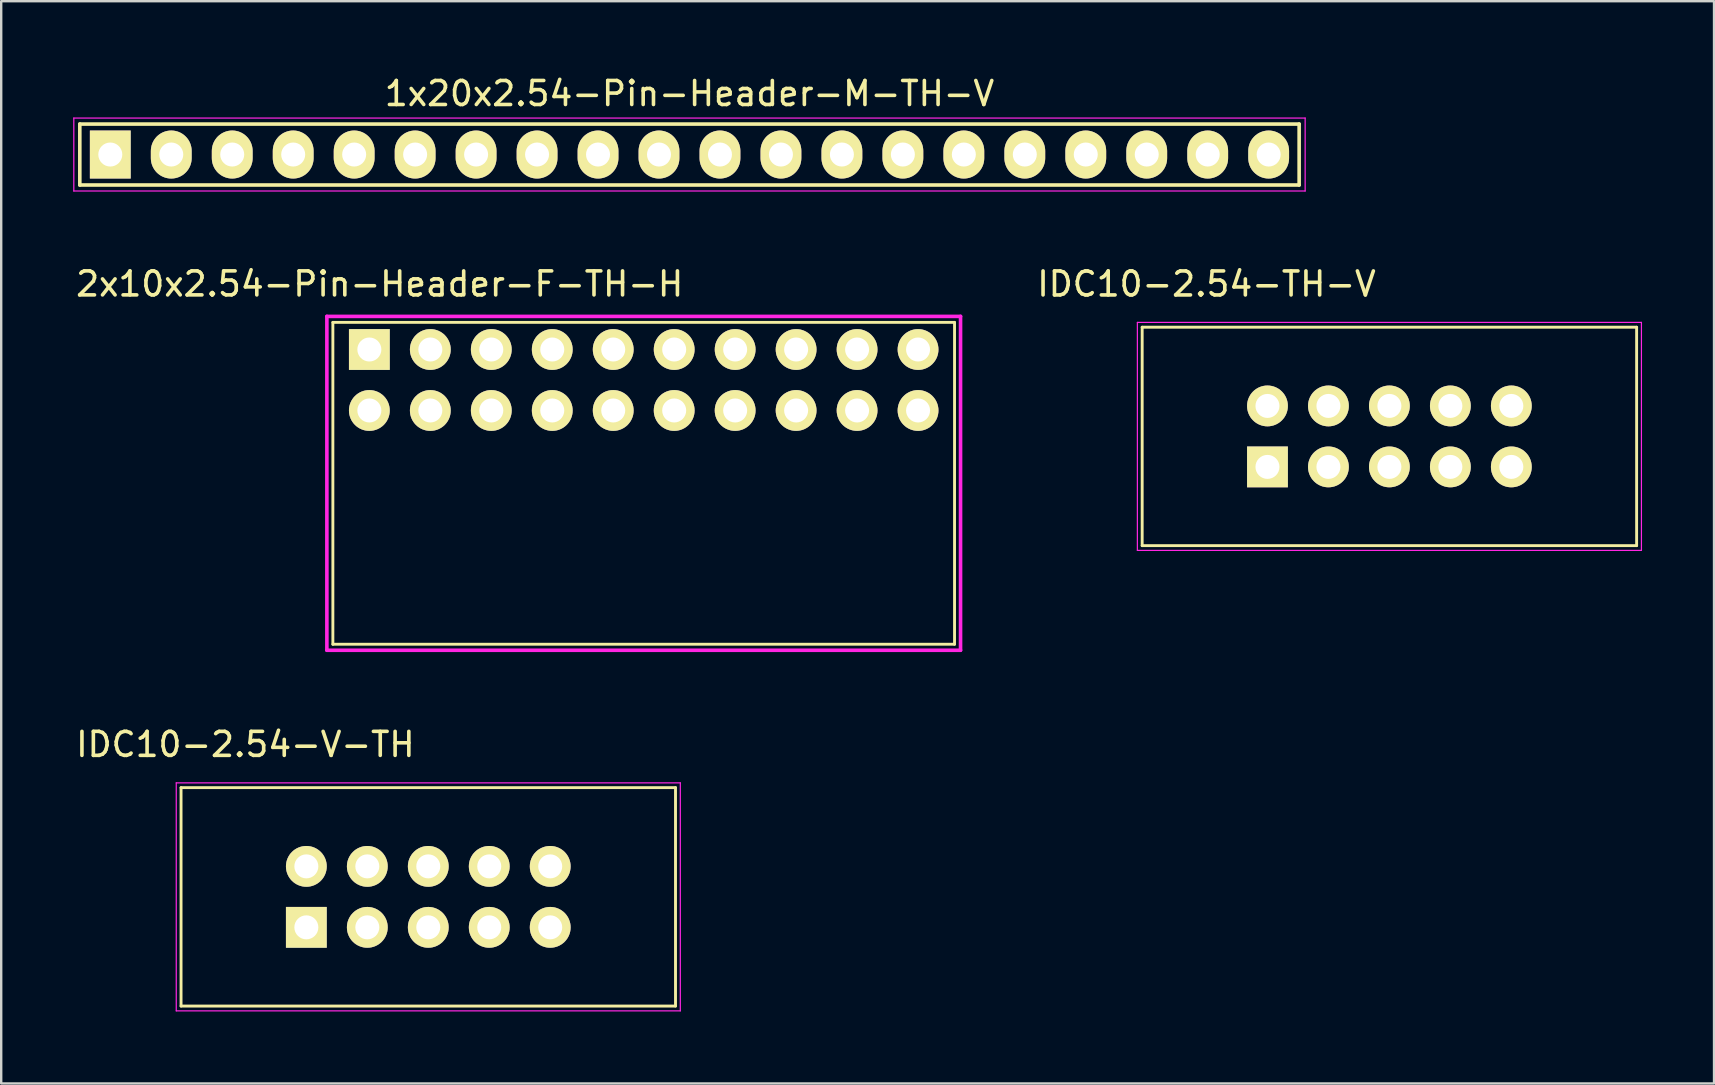
<source format=kicad_pcb>
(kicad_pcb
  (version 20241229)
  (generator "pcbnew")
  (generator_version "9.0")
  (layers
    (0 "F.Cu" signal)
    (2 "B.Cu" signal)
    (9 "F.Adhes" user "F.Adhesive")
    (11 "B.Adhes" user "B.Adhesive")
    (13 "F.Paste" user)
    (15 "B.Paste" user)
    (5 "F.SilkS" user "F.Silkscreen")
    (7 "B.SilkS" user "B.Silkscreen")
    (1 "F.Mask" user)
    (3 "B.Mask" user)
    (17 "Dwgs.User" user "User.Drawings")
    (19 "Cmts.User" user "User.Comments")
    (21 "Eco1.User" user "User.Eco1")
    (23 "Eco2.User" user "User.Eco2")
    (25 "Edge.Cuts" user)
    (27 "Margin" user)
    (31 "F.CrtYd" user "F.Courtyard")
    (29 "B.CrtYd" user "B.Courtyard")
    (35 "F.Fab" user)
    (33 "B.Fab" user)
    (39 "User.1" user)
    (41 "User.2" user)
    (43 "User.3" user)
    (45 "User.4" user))
  (footprint "1x20x2.54-Pin-Header-M-TH-V"
    (layer "F.Cu")
    (at 25.675 3.388)
    (property "Reference" "1x20x2.54-Pin-Header-M-TH-V" (at 0 -2.54 0) (layer "F.SilkS") (effects (font (size 1 1) (thickness 0.15))))
    (attr through_hole)
    (fp_line (start -25.4 -1.27) (end 25.4 -1.27) (stroke (width 0.15) (type solid)) (layer "F.SilkS"))
    (fp_line (start -25.4 1.27) (end -25.4 -1.27) (stroke (width 0.15) (type solid)) (layer "F.SilkS"))
    (fp_line (start 25.4 -1.27) (end 25.4 1.27) (stroke (width 0.15) (type solid)) (layer "F.SilkS"))
    (fp_line (start 25.4 1.27) (end -25.4 1.27) (stroke (width 0.15) (type solid)) (layer "F.SilkS"))
    (fp_line (start -25.65 -1.52) (end 25.65 -1.52) (stroke (width 0.05) (type solid)) (layer "F.CrtYd"))
    (fp_line (start -25.65 1.52) (end -25.65 -1.52) (stroke (width 0.05) (type solid)) (layer "F.CrtYd"))
    (fp_line (start 25.65 -1.52) (end 25.65 1.52) (stroke (width 0.05) (type solid)) (layer "F.CrtYd"))
    (fp_line (start 25.65 1.52) (end -25.65 1.52) (stroke (width 0.05) (type solid)) (layer "F.CrtYd"))
    (pad "1" thru_hole rect (at -24.13 0) (size 1.7 2) (drill 1) (layers "*.Cu" "*.Mask" "F.SilkS"))
    (pad "2" thru_hole oval (at -21.59 0) (size 1.7 2) (drill 1) (layers "*.Cu" "*.Mask" "F.SilkS"))
    (pad "3" thru_hole oval (at -19.05 0) (size 1.7 2) (drill 1) (layers "*.Cu" "*.Mask" "F.SilkS"))
    (pad "4" thru_hole oval (at -16.51 0) (size 1.7 2) (drill 1) (layers "*.Cu" "*.Mask" "F.SilkS"))
    (pad "5" thru_hole oval (at -13.97 0) (size 1.7 2) (drill 1) (layers "*.Cu" "*.Mask" "F.SilkS"))
    (pad "6" thru_hole oval (at -11.43 0) (size 1.7 2) (drill 1) (layers "*.Cu" "*.Mask" "F.SilkS"))
    (pad "7" thru_hole oval (at -8.89 0) (size 1.7 2) (drill 1) (layers "*.Cu" "*.Mask" "F.SilkS"))
    (pad "8" thru_hole oval (at -6.35 0) (size 1.7 2) (drill 1) (layers "*.Cu" "*.Mask" "F.SilkS"))
    (pad "9" thru_hole oval (at -3.81 0) (size 1.7 2) (drill 1) (layers "*.Cu" "*.Mask" "F.SilkS"))
    (pad "10" thru_hole oval (at -1.27 0) (size 1.7 2) (drill 1) (layers "*.Cu" "*.Mask" "F.SilkS"))
    (pad "11" thru_hole oval (at 1.27 0) (size 1.7 2) (drill 1) (layers "*.Cu" "*.Mask" "F.SilkS"))
    (pad "12" thru_hole oval (at 3.81 0) (size 1.7 2) (drill 1) (layers "*.Cu" "*.Mask" "F.SilkS"))
    (pad "13" thru_hole oval (at 6.35 0) (size 1.7 2) (drill 1) (layers "*.Cu" "*.Mask" "F.SilkS"))
    (pad "14" thru_hole oval (at 8.89 0) (size 1.7 2) (drill 1) (layers "*.Cu" "*.Mask" "F.SilkS"))
    (pad "15" thru_hole oval (at 11.43 0) (size 1.7 2) (drill 1) (layers "*.Cu" "*.Mask" "F.SilkS"))
    (pad "16" thru_hole oval (at 13.97 0) (size 1.7 2) (drill 1) (layers "*.Cu" "*.Mask" "F.SilkS"))
    (pad "17" thru_hole oval (at 16.51 0) (size 1.7 2) (drill 1) (layers "*.Cu" "*.Mask" "F.SilkS"))
    (pad "18" thru_hole oval (at 19.05 0) (size 1.7 2) (drill 1) (layers "*.Cu" "*.Mask" "F.SilkS"))
    (pad "19" thru_hole oval (at 21.59 0) (size 1.7 2) (drill 1) (layers "*.Cu" "*.Mask" "F.SilkS"))
    (pad "20" thru_hole oval (at 24.13 0) (size 1.7 2) (drill 1) (layers "*.Cu" "*.Mask" "F.SilkS")))
  (footprint "IDC10-2.54-V-TH"
    (layer "F.Cu")
    (at 14.793 34.315)
    (property "Reference" "IDC10-2.54-V-TH" (at -7.62 -6.35 0) (layer "F.SilkS") (effects (font (size 1 1) (thickness 0.15))))
    (attr through_hole)
    (fp_line (start -10.3 -4.55) (end -10.3 4.55) (stroke (width 0.12) (type solid)) (layer "F.SilkS"))
    (fp_line (start -10.3 4.55) (end 10.3 4.55) (stroke (width 0.12) (type solid)) (layer "F.SilkS"))
    (fp_line (start 10.3 -4.55) (end -10.3 -4.55) (stroke (width 0.12) (type solid)) (layer "F.SilkS"))
    (fp_line (start 10.3 4.55) (end 10.3 -4.55) (stroke (width 0.12) (type solid)) (layer "F.SilkS"))
    (fp_line (start -10.5 -4.75) (end 10.5 -4.75) (stroke (width 0.05) (type solid)) (layer "F.CrtYd"))
    (fp_line (start -10.5 4.75) (end -10.5 -4.75) (stroke (width 0.05) (type solid)) (layer "F.CrtYd"))
    (fp_line (start 10.5 -4.75) (end 10.5 4.75) (stroke (width 0.05) (type solid)) (layer "F.CrtYd"))
    (fp_line (start 10.5 4.75) (end -10.5 4.75) (stroke (width 0.05) (type solid)) (layer "F.CrtYd"))
    (pad "1" thru_hole rect (at -5.08 1.27) (size 1.7 1.7) (drill 1) (layers "*.Cu" "*.Mask" "F.SilkS"))
    (pad "2" thru_hole circle (at -5.08 -1.27) (size 1.7 1.7) (drill 1) (layers "*.Cu" "*.Mask" "F.SilkS"))
    (pad "3" thru_hole circle (at -2.54 1.27) (size 1.7 1.7) (drill 1) (layers "*.Cu" "*.Mask" "F.SilkS"))
    (pad "4" thru_hole circle (at -2.54 -1.27) (size 1.7 1.7) (drill 1) (layers "*.Cu" "*.Mask" "F.SilkS"))
    (pad "5" thru_hole circle (at 0 1.27) (size 1.7 1.7) (drill 1) (layers "*.Cu" "*.Mask" "F.SilkS"))
    (pad "6" thru_hole circle (at 0 -1.27) (size 1.7 1.7) (drill 1) (layers "*.Cu" "*.Mask" "F.SilkS"))
    (pad "7" thru_hole circle (at 2.54 1.27) (size 1.7 1.7) (drill 1) (layers "*.Cu" "*.Mask" "F.SilkS"))
    (pad "8" thru_hole circle (at 2.54 -1.27) (size 1.7 1.7) (drill 1) (layers "*.Cu" "*.Mask" "F.SilkS"))
    (pad "9" thru_hole circle (at 5.08 1.27) (size 1.7 1.7) (drill 1) (layers "*.Cu" "*.Mask" "F.SilkS"))
    (pad "10" thru_hole circle (at 5.08 -1.27) (size 1.7 1.7) (drill 1) (layers "*.Cu" "*.Mask" "F.SilkS")))
  (footprint "2x10x2.54-Pin-Header-F-TH-H"
    (layer "F.Cu")
    (at 23.768 12.781)
    (property "Reference" "2x10x2.54-Pin-Header-F-TH-H" (at -11 -4 0) (layer "F.SilkS") (effects (font (size 1 1) (thickness 0.15))))
    (attr through_hole)
    (fp_line (start -12.95 -2.4) (end -12.95 11.01) (stroke (width 0.12) (type solid)) (layer "F.SilkS"))
    (fp_line (start -12.95 11.01) (end 12.95 11.01) (stroke (width 0.12) (type solid)) (layer "F.SilkS"))
    (fp_line (start 12.95 -2.4) (end -12.95 -2.4) (stroke (width 0.12) (type solid)) (layer "F.SilkS"))
    (fp_line (start 12.95 11.01) (end 12.95 -2.4) (stroke (width 0.12) (type solid)) (layer "F.SilkS"))
    (fp_line (start -13.2 -2.65) (end 13.2 -2.65) (stroke (width 0.15) (type solid)) (layer "F.CrtYd"))
    (fp_line (start -13.2 11.26) (end -13.2 -2.65) (stroke (width 0.15) (type solid)) (layer "F.CrtYd"))
    (fp_line (start 13.2 -2.65) (end 13.2 11.26) (stroke (width 0.15) (type solid)) (layer "F.CrtYd"))
    (fp_line (start 13.2 11.26) (end -13.2 11.26) (stroke (width 0.15) (type solid)) (layer "F.CrtYd"))
    (pad "1" thru_hole rect (at -11.43 -1.27) (size 1.7 1.7) (drill 1) (layers "*.Cu" "*.Mask" "F.SilkS"))
    (pad "2" thru_hole circle (at -11.43 1.27) (size 1.7 1.7) (drill 1) (layers "*.Cu" "*.Mask" "F.SilkS"))
    (pad "3" thru_hole circle (at -8.89 -1.27) (size 1.7 1.7) (drill 1) (layers "*.Cu" "*.Mask" "F.SilkS"))
    (pad "4" thru_hole circle (at -8.89 1.27) (size 1.7 1.7) (drill 1) (layers "*.Cu" "*.Mask" "F.SilkS"))
    (pad "5" thru_hole circle (at -6.35 -1.27) (size 1.7 1.7) (drill 1) (layers "*.Cu" "*.Mask" "F.SilkS"))
    (pad "6" thru_hole circle (at -6.35 1.27) (size 1.7 1.7) (drill 1) (layers "*.Cu" "*.Mask" "F.SilkS"))
    (pad "7" thru_hole circle (at -3.81 -1.27) (size 1.7 1.7) (drill 1) (layers "*.Cu" "*.Mask" "F.SilkS"))
    (pad "8" thru_hole circle (at -3.81 1.27) (size 1.7 1.7) (drill 1) (layers "*.Cu" "*.Mask" "F.SilkS"))
    (pad "9" thru_hole circle (at -1.27 -1.27) (size 1.7 1.7) (drill 1) (layers "*.Cu" "*.Mask" "F.SilkS"))
    (pad "10" thru_hole circle (at -1.27 1.27) (size 1.7 1.7) (drill 1) (layers "*.Cu" "*.Mask" "F.SilkS"))
    (pad "11" thru_hole circle (at 1.27 -1.27) (size 1.7 1.7) (drill 1) (layers "*.Cu" "*.Mask" "F.SilkS"))
    (pad "12" thru_hole circle (at 1.27 1.27) (size 1.7 1.7) (drill 1) (layers "*.Cu" "*.Mask" "F.SilkS"))
    (pad "13" thru_hole circle (at 3.81 -1.27) (size 1.7 1.7) (drill 1) (layers "*.Cu" "*.Mask" "F.SilkS"))
    (pad "14" thru_hole circle (at 3.81 1.27) (size 1.7 1.7) (drill 1) (layers "*.Cu" "*.Mask" "F.SilkS"))
    (pad "15" thru_hole circle (at 6.35 -1.27) (size 1.7 1.7) (drill 1) (layers "*.Cu" "*.Mask" "F.SilkS"))
    (pad "16" thru_hole circle (at 6.35 1.27) (size 1.7 1.7) (drill 1) (layers "*.Cu" "*.Mask" "F.SilkS"))
    (pad "17" thru_hole circle (at 8.89 -1.27) (size 1.7 1.7) (drill 1) (layers "*.Cu" "*.Mask" "F.SilkS"))
    (pad "18" thru_hole circle (at 8.89 1.27) (size 1.7 1.7) (drill 1) (layers "*.Cu" "*.Mask" "F.SilkS"))
    (pad "19" thru_hole circle (at 11.43 -1.27) (size 1.7 1.7) (drill 1) (layers "*.Cu" "*.Mask" "F.SilkS"))
    (pad "20" thru_hole circle (at 11.43 1.27) (size 1.7 1.7) (drill 1) (layers "*.Cu" "*.Mask" "F.SilkS")))
  (footprint "IDC10-2.54-TH-V"
    (layer "F.Cu")
    (at 54.835 15.132)
    (property "Reference" "IDC10-2.54-TH-V" (at -7.62 -6.35 0) (layer "F.SilkS") (effects (font (size 1 1) (thickness 0.15))))
    (attr through_hole)
    (fp_line (start -10.3 -4.55) (end -10.3 4.55) (stroke (width 0.12) (type solid)) (layer "F.SilkS"))
    (fp_line (start -10.3 4.55) (end 10.3 4.55) (stroke (width 0.12) (type solid)) (layer "F.SilkS"))
    (fp_line (start 10.3 -4.55) (end -10.3 -4.55) (stroke (width 0.12) (type solid)) (layer "F.SilkS"))
    (fp_line (start 10.3 4.55) (end 10.3 -4.55) (stroke (width 0.12) (type solid)) (layer "F.SilkS"))
    (fp_line (start -10.5 -4.75) (end 10.5 -4.75) (stroke (width 0.05) (type solid)) (layer "F.CrtYd"))
    (fp_line (start -10.5 4.75) (end -10.5 -4.75) (stroke (width 0.05) (type solid)) (layer "F.CrtYd"))
    (fp_line (start 10.5 -4.75) (end 10.5 4.75) (stroke (width 0.05) (type solid)) (layer "F.CrtYd"))
    (fp_line (start 10.5 4.75) (end -10.5 4.75) (stroke (width 0.05) (type solid)) (layer "F.CrtYd"))
    (pad "1" thru_hole rect (at -5.08 1.27) (size 1.7 1.7) (drill 1) (layers "*.Cu" "*.Mask" "F.SilkS"))
    (pad "2" thru_hole circle (at -5.08 -1.27) (size 1.7 1.7) (drill 1) (layers "*.Cu" "*.Mask" "F.SilkS"))
    (pad "3" thru_hole circle (at -2.54 1.27) (size 1.7 1.7) (drill 1) (layers "*.Cu" "*.Mask" "F.SilkS"))
    (pad "4" thru_hole circle (at -2.54 -1.27) (size 1.7 1.7) (drill 1) (layers "*.Cu" "*.Mask" "F.SilkS"))
    (pad "5" thru_hole circle (at 0 1.27) (size 1.7 1.7) (drill 1) (layers "*.Cu" "*.Mask" "F.SilkS"))
    (pad "6" thru_hole circle (at 0 -1.27) (size 1.7 1.7) (drill 1) (layers "*.Cu" "*.Mask" "F.SilkS"))
    (pad "7" thru_hole circle (at 2.54 1.27) (size 1.7 1.7) (drill 1) (layers "*.Cu" "*.Mask" "F.SilkS"))
    (pad "8" thru_hole circle (at 2.54 -1.27) (size 1.7 1.7) (drill 1) (layers "*.Cu" "*.Mask" "F.SilkS"))
    (pad "9" thru_hole circle (at 5.08 1.27) (size 1.7 1.7) (drill 1) (layers "*.Cu" "*.Mask" "F.SilkS"))
    (pad "10" thru_hole circle (at 5.08 -1.27) (size 1.7 1.7) (drill 1) (layers "*.Cu" "*.Mask" "F.SilkS")))
  (gr_rect
    (start -3 -3)
    (end 68.36 42.09)
    (stroke (width 0.1) (type default))
    (fill no)
    (layer "Edge.Cuts")))
</source>
